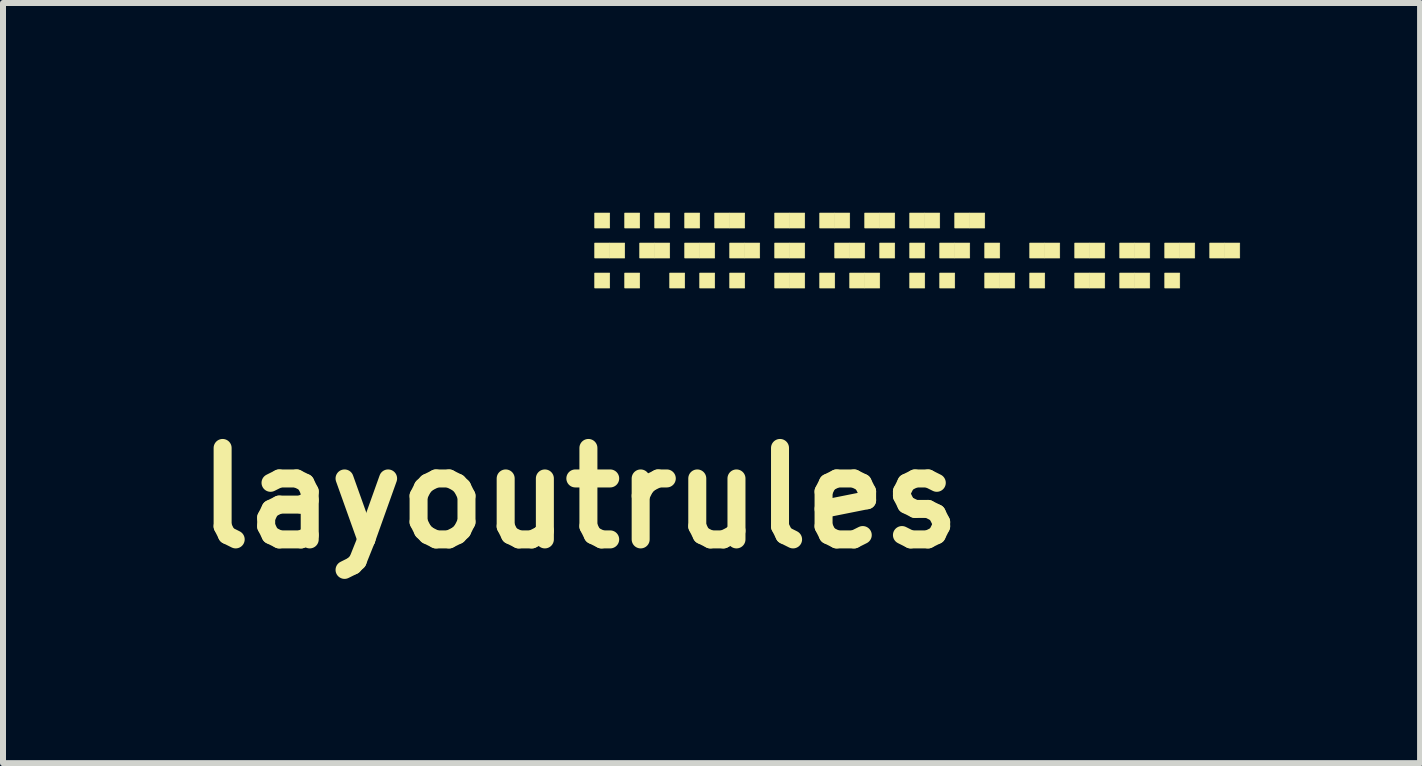
<source format=kicad_pcb>
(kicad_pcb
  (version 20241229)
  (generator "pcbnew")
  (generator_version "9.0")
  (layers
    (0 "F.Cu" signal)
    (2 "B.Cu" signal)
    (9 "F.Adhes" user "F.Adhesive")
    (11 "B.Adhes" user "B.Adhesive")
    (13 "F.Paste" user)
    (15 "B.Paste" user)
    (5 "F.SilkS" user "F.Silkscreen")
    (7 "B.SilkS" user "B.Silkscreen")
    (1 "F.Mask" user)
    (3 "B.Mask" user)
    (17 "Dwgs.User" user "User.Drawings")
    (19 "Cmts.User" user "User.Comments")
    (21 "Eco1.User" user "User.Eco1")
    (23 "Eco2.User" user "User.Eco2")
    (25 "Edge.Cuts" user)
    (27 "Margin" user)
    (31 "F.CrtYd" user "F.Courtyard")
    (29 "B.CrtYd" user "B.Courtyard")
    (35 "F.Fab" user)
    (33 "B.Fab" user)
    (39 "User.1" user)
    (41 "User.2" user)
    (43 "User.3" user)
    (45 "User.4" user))
  (footprint "layoutrules"
    (layer "F.Cu")
    (at 6.611 0.25)
    (property "Reference" "layoutrules" (at 0 5 0) (layer "F.SilkS") (effects (font (size 1.524 1.524) (thickness 0.3))))
    (attr through_hole)
    (fp_poly (pts (xy 0.25 0.25) (xy 0.5 0.25) (xy 0.5 0.5) (xy 0.25 0.5) (xy 0.25 0.25)) (stroke (width 0.01) (type solid)) (fill yes) (layer "F.SilkS"))
    (fp_poly (pts (xy 0.25 0.75) (xy 0.5 0.75) (xy 0.5 1) (xy 0.25 1) (xy 0.25 0.75)) (stroke (width 0.01) (type solid)) (fill yes) (layer "F.SilkS"))
    (fp_poly (pts (xy 0.25 1.25) (xy 0.5 1.25) (xy 0.5 1.5) (xy 0.25 1.5) (xy 0.25 1.25)) (stroke (width 0.01) (type solid)) (fill yes) (layer "F.SilkS"))
    (fp_poly (pts (xy 0.5 0.75) (xy 0.75 0.75) (xy 0.75 1) (xy 0.5 1) (xy 0.5 0.75)) (stroke (width 0.01) (type solid)) (fill yes) (layer "F.SilkS"))
    (fp_poly (pts (xy 0.75 0.25) (xy 1 0.25) (xy 1 0.5) (xy 0.75 0.5) (xy 0.75 0.25)) (stroke (width 0.01) (type solid)) (fill yes) (layer "F.SilkS"))
    (fp_poly (pts (xy 0.75 1.25) (xy 1 1.25) (xy 1 1.5) (xy 0.75 1.5) (xy 0.75 1.25)) (stroke (width 0.01) (type solid)) (fill yes) (layer "F.SilkS"))
    (fp_poly (pts (xy 1 0.75) (xy 1.25 0.75) (xy 1.25 1) (xy 1 1) (xy 1 0.75)) (stroke (width 0.01) (type solid)) (fill yes) (layer "F.SilkS"))
    (fp_poly (pts (xy 1.25 0.25) (xy 1.5 0.25) (xy 1.5 0.5) (xy 1.25 0.5) (xy 1.25 0.25)) (stroke (width 0.01) (type solid)) (fill yes) (layer "F.SilkS"))
    (fp_poly (pts (xy 1.25 0.75) (xy 1.5 0.75) (xy 1.5 1) (xy 1.25 1) (xy 1.25 0.75)) (stroke (width 0.01) (type solid)) (fill yes) (layer "F.SilkS"))
    (fp_poly (pts (xy 1.5 1.25) (xy 1.75 1.25) (xy 1.75 1.5) (xy 1.5 1.5) (xy 1.5 1.25)) (stroke (width 0.01) (type solid)) (fill yes) (layer "F.SilkS"))
    (fp_poly (pts (xy 1.75 0.25) (xy 2 0.25) (xy 2 0.5) (xy 1.75 0.5) (xy 1.75 0.25)) (stroke (width 0.01) (type solid)) (fill yes) (layer "F.SilkS"))
    (fp_poly (pts (xy 1.75 0.75) (xy 2 0.75) (xy 2 1) (xy 1.75 1) (xy 1.75 0.75)) (stroke (width 0.01) (type solid)) (fill yes) (layer "F.SilkS"))
    (fp_poly (pts (xy 2 0.75) (xy 2.25 0.75) (xy 2.25 1) (xy 2 1) (xy 2 0.75)) (stroke (width 0.01) (type solid)) (fill yes) (layer "F.SilkS"))
    (fp_poly (pts (xy 2 1.25) (xy 2.25 1.25) (xy 2.25 1.5) (xy 2 1.5) (xy 2 1.25)) (stroke (width 0.01) (type solid)) (fill yes) (layer "F.SilkS"))
    (fp_poly (pts (xy 2.25 0.25) (xy 2.5 0.25) (xy 2.5 0.5) (xy 2.25 0.5) (xy 2.25 0.25)) (stroke (width 0.01) (type solid)) (fill yes) (layer "F.SilkS"))
    (fp_poly (pts (xy 2.5 0.25) (xy 2.75 0.25) (xy 2.75 0.5) (xy 2.5 0.5) (xy 2.5 0.25)) (stroke (width 0.01) (type solid)) (fill yes) (layer "F.SilkS"))
    (fp_poly (pts (xy 2.5 0.75) (xy 2.75 0.75) (xy 2.75 1) (xy 2.5 1) (xy 2.5 0.75)) (stroke (width 0.01) (type solid)) (fill yes) (layer "F.SilkS"))
    (fp_poly (pts (xy 2.5 1.25) (xy 2.75 1.25) (xy 2.75 1.5) (xy 2.5 1.5) (xy 2.5 1.25)) (stroke (width 0.01) (type solid)) (fill yes) (layer "F.SilkS"))
    (fp_poly (pts (xy 2.75 0.75) (xy 3 0.75) (xy 3 1) (xy 2.75 1) (xy 2.75 0.75)) (stroke (width 0.01) (type solid)) (fill yes) (layer "F.SilkS"))
    (fp_poly (pts (xy 3.25 0.25) (xy 3.5 0.25) (xy 3.5 0.5) (xy 3.25 0.5) (xy 3.25 0.25)) (stroke (width 0.01) (type solid)) (fill yes) (layer "F.SilkS"))
    (fp_poly (pts (xy 3.25 0.75) (xy 3.5 0.75) (xy 3.5 1) (xy 3.25 1) (xy 3.25 0.75)) (stroke (width 0.01) (type solid)) (fill yes) (layer "F.SilkS"))
    (fp_poly (pts (xy 3.25 1.25) (xy 3.5 1.25) (xy 3.5 1.5) (xy 3.25 1.5) (xy 3.25 1.25)) (stroke (width 0.01) (type solid)) (fill yes) (layer "F.SilkS"))
    (fp_poly (pts (xy 3.5 0.25) (xy 3.75 0.25) (xy 3.75 0.5) (xy 3.5 0.5) (xy 3.5 0.25)) (stroke (width 0.01) (type solid)) (fill yes) (layer "F.SilkS"))
    (fp_poly (pts (xy 3.5 0.75) (xy 3.75 0.75) (xy 3.75 1) (xy 3.5 1) (xy 3.5 0.75)) (stroke (width 0.01) (type solid)) (fill yes) (layer "F.SilkS"))
    (fp_poly (pts (xy 3.5 1.25) (xy 3.75 1.25) (xy 3.75 1.5) (xy 3.5 1.5) (xy 3.5 1.25)) (stroke (width 0.01) (type solid)) (fill yes) (layer "F.SilkS"))
    (fp_poly (pts (xy 4 0.25) (xy 4.25 0.25) (xy 4.25 0.5) (xy 4 0.5) (xy 4 0.25)) (stroke (width 0.01) (type solid)) (fill yes) (layer "F.SilkS"))
    (fp_poly (pts (xy 4 1.25) (xy 4.25 1.25) (xy 4.25 1.5) (xy 4 1.5) (xy 4 1.25)) (stroke (width 0.01) (type solid)) (fill yes) (layer "F.SilkS"))
    (fp_poly (pts (xy 4.25 0.25) (xy 4.5 0.25) (xy 4.5 0.5) (xy 4.25 0.5) (xy 4.25 0.25)) (stroke (width 0.01) (type solid)) (fill yes) (layer "F.SilkS"))
    (fp_poly (pts (xy 4.25 0.75) (xy 4.5 0.75) (xy 4.5 1) (xy 4.25 1) (xy 4.25 0.75)) (stroke (width 0.01) (type solid)) (fill yes) (layer "F.SilkS"))
    (fp_poly (pts (xy 4.5 0.75) (xy 4.75 0.75) (xy 4.75 1) (xy 4.5 1) (xy 4.5 0.75)) (stroke (width 0.01) (type solid)) (fill yes) (layer "F.SilkS"))
    (fp_poly (pts (xy 4.5 1.25) (xy 4.75 1.25) (xy 4.75 1.5) (xy 4.5 1.5) (xy 4.5 1.25)) (stroke (width 0.01) (type solid)) (fill yes) (layer "F.SilkS"))
    (fp_poly (pts (xy 4.75 0.25) (xy 5 0.25) (xy 5 0.5) (xy 4.75 0.5) (xy 4.75 0.25)) (stroke (width 0.01) (type solid)) (fill yes) (layer "F.SilkS"))
    (fp_poly (pts (xy 4.75 1.25) (xy 5 1.25) (xy 5 1.5) (xy 4.75 1.5) (xy 4.75 1.25)) (stroke (width 0.01) (type solid)) (fill yes) (layer "F.SilkS"))
    (fp_poly (pts (xy 5 0.25) (xy 5.25 0.25) (xy 5.25 0.5) (xy 5 0.5) (xy 5 0.25)) (stroke (width 0.01) (type solid)) (fill yes) (layer "F.SilkS"))
    (fp_poly (pts (xy 5 0.75) (xy 5.25 0.75) (xy 5.25 1) (xy 5 1) (xy 5 0.75)) (stroke (width 0.01) (type solid)) (fill yes) (layer "F.SilkS"))
    (fp_poly (pts (xy 5.5 0.25) (xy 5.75 0.25) (xy 5.75 0.5) (xy 5.5 0.5) (xy 5.5 0.25)) (stroke (width 0.01) (type solid)) (fill yes) (layer "F.SilkS"))
    (fp_poly (pts (xy 5.5 0.75) (xy 5.75 0.75) (xy 5.75 1) (xy 5.5 1) (xy 5.5 0.75)) (stroke (width 0.01) (type solid)) (fill yes) (layer "F.SilkS"))
    (fp_poly (pts (xy 5.5 1.25) (xy 5.75 1.25) (xy 5.75 1.5) (xy 5.5 1.5) (xy 5.5 1.25)) (stroke (width 0.01) (type solid)) (fill yes) (layer "F.SilkS"))
    (fp_poly (pts (xy 5.75 0.25) (xy 6 0.25) (xy 6 0.5) (xy 5.75 0.5) (xy 5.75 0.25)) (stroke (width 0.01) (type solid)) (fill yes) (layer "F.SilkS"))
    (fp_poly (pts (xy 6 0.75) (xy 6.25 0.75) (xy 6.25 1) (xy 6 1) (xy 6 0.75)) (stroke (width 0.01) (type solid)) (fill yes) (layer "F.SilkS"))
    (fp_poly (pts (xy 6 1.25) (xy 6.25 1.25) (xy 6.25 1.5) (xy 6 1.5) (xy 6 1.25)) (stroke (width 0.01) (type solid)) (fill yes) (layer "F.SilkS"))
    (fp_poly (pts (xy 6.25 0.25) (xy 6.5 0.25) (xy 6.5 0.5) (xy 6.25 0.5) (xy 6.25 0.25)) (stroke (width 0.01) (type solid)) (fill yes) (layer "F.SilkS"))
    (fp_poly (pts (xy 6.25 0.75) (xy 6.5 0.75) (xy 6.5 1) (xy 6.25 1) (xy 6.25 0.75)) (stroke (width 0.01) (type solid)) (fill yes) (layer "F.SilkS"))
    (fp_poly (pts (xy 6.5 0.25) (xy 6.75 0.25) (xy 6.75 0.5) (xy 6.5 0.5) (xy 6.5 0.25)) (stroke (width 0.01) (type solid)) (fill yes) (layer "F.SilkS"))
    (fp_poly (pts (xy 6.75 0.75) (xy 7 0.75) (xy 7 1) (xy 6.75 1) (xy 6.75 0.75)) (stroke (width 0.01) (type solid)) (fill yes) (layer "F.SilkS"))
    (fp_poly (pts (xy 6.75 1.25) (xy 7 1.25) (xy 7 1.5) (xy 6.75 1.5) (xy 6.75 1.25)) (stroke (width 0.01) (type solid)) (fill yes) (layer "F.SilkS"))
    (fp_poly (pts (xy 7 1.25) (xy 7.25 1.25) (xy 7.25 1.5) (xy 7 1.5) (xy 7 1.25)) (stroke (width 0.01) (type solid)) (fill yes) (layer "F.SilkS"))
    (fp_poly (pts (xy 7.5 0.75) (xy 7.75 0.75) (xy 7.75 1) (xy 7.5 1) (xy 7.5 0.75)) (stroke (width 0.01) (type solid)) (fill yes) (layer "F.SilkS"))
    (fp_poly (pts (xy 7.5 1.25) (xy 7.75 1.25) (xy 7.75 1.5) (xy 7.5 1.5) (xy 7.5 1.25)) (stroke (width 0.01) (type solid)) (fill yes) (layer "F.SilkS"))
    (fp_poly (pts (xy 7.75 0.75) (xy 8 0.75) (xy 8 1) (xy 7.75 1) (xy 7.75 0.75)) (stroke (width 0.01) (type solid)) (fill yes) (layer "F.SilkS"))
    (fp_poly (pts (xy 8.25 0.75) (xy 8.5 0.75) (xy 8.5 1) (xy 8.25 1) (xy 8.25 0.75)) (stroke (width 0.01) (type solid)) (fill yes) (layer "F.SilkS"))
    (fp_poly (pts (xy 8.25 1.25) (xy 8.5 1.25) (xy 8.5 1.5) (xy 8.25 1.5) (xy 8.25 1.25)) (stroke (width 0.01) (type solid)) (fill yes) (layer "F.SilkS"))
    (fp_poly (pts (xy 8.5 0.75) (xy 8.75 0.75) (xy 8.75 1) (xy 8.5 1) (xy 8.5 0.75)) (stroke (width 0.01) (type solid)) (fill yes) (layer "F.SilkS"))
    (fp_poly (pts (xy 8.5 1.25) (xy 8.75 1.25) (xy 8.75 1.5) (xy 8.5 1.5) (xy 8.5 1.25)) (stroke (width 0.01) (type solid)) (fill yes) (layer "F.SilkS"))
    (fp_poly (pts (xy 9 0.75) (xy 9.25 0.75) (xy 9.25 1) (xy 9 1) (xy 9 0.75)) (stroke (width 0.01) (type solid)) (fill yes) (layer "F.SilkS"))
    (fp_poly (pts (xy 9 1.25) (xy 9.25 1.25) (xy 9.25 1.5) (xy 9 1.5) (xy 9 1.25)) (stroke (width 0.01) (type solid)) (fill yes) (layer "F.SilkS"))
    (fp_poly (pts (xy 9.25 0.75) (xy 9.5 0.75) (xy 9.5 1) (xy 9.25 1) (xy 9.25 0.75)) (stroke (width 0.01) (type solid)) (fill yes) (layer "F.SilkS"))
    (fp_poly (pts (xy 9.25 1.25) (xy 9.5 1.25) (xy 9.5 1.5) (xy 9.25 1.5) (xy 9.25 1.25)) (stroke (width 0.01) (type solid)) (fill yes) (layer "F.SilkS"))
    (fp_poly (pts (xy 9.75 0.75) (xy 10 0.75) (xy 10 1) (xy 9.75 1) (xy 9.75 0.75)) (stroke (width 0.01) (type solid)) (fill yes) (layer "F.SilkS"))
    (fp_poly (pts (xy 9.75 1.25) (xy 10 1.25) (xy 10 1.5) (xy 9.75 1.5) (xy 9.75 1.25)) (stroke (width 0.01) (type solid)) (fill yes) (layer "F.SilkS"))
    (fp_poly (pts (xy 10 0.75) (xy 10.25 0.75) (xy 10.25 1) (xy 10 1) (xy 10 0.75)) (stroke (width 0.01) (type solid)) (fill yes) (layer "F.SilkS"))
    (fp_poly (pts (xy 10.5 0.75) (xy 10.75 0.75) (xy 10.75 1) (xy 10.5 1) (xy 10.5 0.75)) (stroke (width 0.01) (type solid)) (fill yes) (layer "F.SilkS"))
    (fp_poly (pts (xy 10.75 0.75) (xy 11 0.75) (xy 11 1) (xy 10.75 1) (xy 10.75 0.75)) (stroke (width 0.01) (type solid)) (fill yes) (layer "F.SilkS")))
  (gr_rect
    (start -3 -3)
    (end 20.616 9.668)
    (stroke (width 0.1) (type default))
    (fill no)
    (layer "Edge.Cuts")))
</source>
